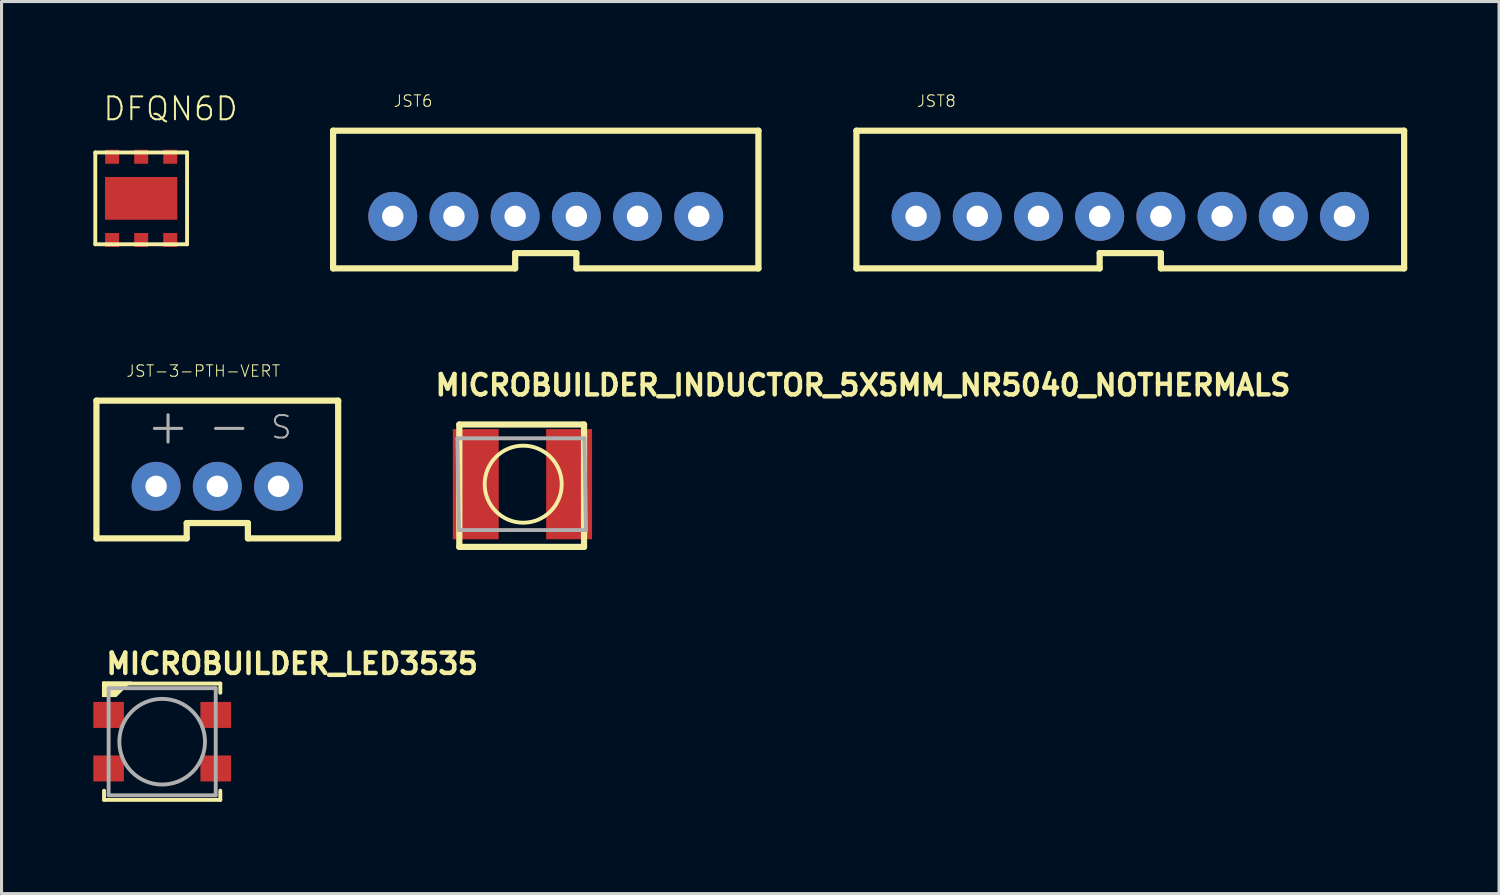
<source format=kicad_pcb>
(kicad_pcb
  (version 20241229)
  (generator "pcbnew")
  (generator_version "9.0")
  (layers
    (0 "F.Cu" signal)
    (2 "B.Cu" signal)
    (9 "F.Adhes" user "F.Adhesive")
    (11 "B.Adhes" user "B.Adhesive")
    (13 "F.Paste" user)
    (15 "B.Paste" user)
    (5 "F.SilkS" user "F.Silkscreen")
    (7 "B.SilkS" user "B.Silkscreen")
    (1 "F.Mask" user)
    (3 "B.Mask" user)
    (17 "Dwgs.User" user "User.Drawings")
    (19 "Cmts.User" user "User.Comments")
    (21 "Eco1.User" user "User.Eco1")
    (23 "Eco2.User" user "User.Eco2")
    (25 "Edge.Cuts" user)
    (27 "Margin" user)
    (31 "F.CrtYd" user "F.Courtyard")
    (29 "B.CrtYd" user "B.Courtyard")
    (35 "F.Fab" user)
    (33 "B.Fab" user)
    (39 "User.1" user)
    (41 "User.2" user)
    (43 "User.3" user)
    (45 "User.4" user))
  (footprint "MICROBUILDER_LED3535"
    (layer "F.Cu")
    (at 2.25 21.19)
    (property "Reference" "MICROBUILDER_LED3535" (at -1.905 -2.159 0) (layer "F.SilkS") (effects (font (size 0.666 0.666) (thickness 0.146)) (justify left bottom)))
    (fp_line (start -1.9 -1.9) (end 1.9 -1.9) (stroke (width 0.127) (type solid)) (layer "F.SilkS"))
    (fp_line (start -1.9 -1.6) (end -1.9 -1.9) (stroke (width 0.127) (type solid)) (layer "F.SilkS"))
    (fp_line (start -1.9 1.6) (end -1.9 1.9) (stroke (width 0.127) (type solid)) (layer "F.SilkS"))
    (fp_line (start -1.9 1.9) (end 1.9 1.9) (stroke (width 0.127) (type solid)) (layer "F.SilkS"))
    (fp_line (start 1.9 -1.9) (end 1.9 -1.6) (stroke (width 0.127) (type solid)) (layer "F.SilkS"))
    (fp_line (start 1.9 1.9) (end 1.9 1.6) (stroke (width 0.127) (type solid)) (layer "F.SilkS"))
    (fp_poly (pts (xy -1.498 -1.46) (xy -1.968 -1.46) (xy -1.968 -1.968) (xy -0.99 -1.968)) (stroke (width 0) (type solid)) (fill yes) (layer "F.SilkS"))
    (fp_line (start -1.75 -1.75) (end 1.75 -1.75) (stroke (width 0.127) (type solid)) (layer "F.Fab"))
    (fp_line (start -1.75 1.75) (end -1.75 -1.75) (stroke (width 0.127) (type solid)) (layer "F.Fab"))
    (fp_line (start 1.75 -1.75) (end 1.75 1.75) (stroke (width 0.127) (type solid)) (layer "F.Fab"))
    (fp_line (start 1.75 1.75) (end -1.75 1.75) (stroke (width 0.127) (type solid)) (layer "F.Fab"))
    (fp_circle (center 0 0) (end 1.4 0) (stroke (width 0.127) (type solid)) (fill no) (layer "F.Fab"))
    (pad "1" smd rect (at -1.75 -0.875 90) (size 0.85 1) (layers "F.Cu" "F.Mask" "F.Paste"))
    (pad "2" smd rect (at -1.75 0.875 90) (size 0.85 1) (layers "F.Cu" "F.Mask" "F.Paste"))
    (pad "3" smd rect (at 1.75 0.875 90) (size 0.85 1) (layers "F.Cu" "F.Mask" "F.Paste"))
    (pad "4" smd rect (at 1.75 -0.875 90) (size 0.85 1) (layers "F.Cu" "F.Mask" "F.Paste")))
  (footprint "JST6"
    (layer "F.Cu")
    (at 14.786 3.741)
    (property "Reference" "JST6" (at -5 -3.27 0) (layer "F.SilkS") (effects (font (size 0.374 0.374) (thickness 0.033)) (justify left bottom)))
    (fp_line (start -6.95 -2.52) (end 6.95 -2.52) (stroke (width 0.203) (type solid)) (layer "F.SilkS"))
    (fp_line (start -6.95 1.98) (end -6.95 -2.52) (stroke (width 0.203) (type solid)) (layer "F.SilkS"))
    (fp_line (start -1 1.48) (end -1 1.98) (stroke (width 0.203) (type solid)) (layer "F.SilkS"))
    (fp_line (start -1 1.48) (end 1 1.48) (stroke (width 0.203) (type solid)) (layer "F.SilkS"))
    (fp_line (start -1 1.98) (end -6.95 1.98) (stroke (width 0.203) (type solid)) (layer "F.SilkS"))
    (fp_line (start 1 1.48) (end 1 1.98) (stroke (width 0.203) (type solid)) (layer "F.SilkS"))
    (fp_line (start 6.95 -2.52) (end 6.95 1.98) (stroke (width 0.203) (type solid)) (layer "F.SilkS"))
    (fp_line (start 6.95 1.98) (end 1 1.98) (stroke (width 0.203) (type solid)) (layer "F.SilkS"))
    (pad "1" thru_hole circle (at -5 0.28) (size 1.6 1.6) (drill 0.7) (layers "*.Cu" "*.Mask"))
    (pad "2" thru_hole circle (at -3 0.28) (size 1.6 1.6) (drill 0.7) (layers "*.Cu" "*.Mask"))
    (pad "3" thru_hole circle (at -1 0.28) (size 1.6 1.6) (drill 0.7) (layers "*.Cu" "*.Mask"))
    (pad "4" thru_hole circle (at 1 0.28) (size 1.6 1.6) (drill 0.7) (layers "*.Cu" "*.Mask"))
    (pad "5" thru_hole circle (at 3 0.28) (size 1.6 1.6) (drill 0.7) (layers "*.Cu" "*.Mask"))
    (pad "6" thru_hole circle (at 5 0.28) (size 1.6 1.6) (drill 0.7) (layers "*.Cu" "*.Mask")))
  (footprint "JST8"
    (layer "F.Cu")
    (at 33.889 3.471)
    (property "Reference" "JST8" (at -7 -3 0) (layer "F.SilkS") (effects (font (size 0.374 0.374) (thickness 0.033)) (justify left bottom)))
    (fp_line (start -8.95 -2.25) (end 8.95 -2.25) (stroke (width 0.203) (type solid)) (layer "F.SilkS"))
    (fp_line (start -8.95 2.25) (end -8.95 -2.25) (stroke (width 0.203) (type solid)) (layer "F.SilkS"))
    (fp_line (start -1 1.75) (end -1 2.25) (stroke (width 0.203) (type solid)) (layer "F.SilkS"))
    (fp_line (start -1 1.75) (end 1 1.75) (stroke (width 0.203) (type solid)) (layer "F.SilkS"))
    (fp_line (start -1 2.25) (end -8.95 2.25) (stroke (width 0.203) (type solid)) (layer "F.SilkS"))
    (fp_line (start 1 1.75) (end 1 2.25) (stroke (width 0.203) (type solid)) (layer "F.SilkS"))
    (fp_line (start 8.95 -2.25) (end 8.95 2.25) (stroke (width 0.203) (type solid)) (layer "F.SilkS"))
    (fp_line (start 8.95 2.25) (end 1 2.25) (stroke (width 0.203) (type solid)) (layer "F.SilkS"))
    (pad "1" thru_hole circle (at -7 0.55) (size 1.6 1.6) (drill 0.7) (layers "*.Cu" "*.Mask"))
    (pad "2" thru_hole circle (at -5 0.55) (size 1.6 1.6) (drill 0.7) (layers "*.Cu" "*.Mask"))
    (pad "3" thru_hole circle (at -3 0.55) (size 1.6 1.6) (drill 0.7) (layers "*.Cu" "*.Mask"))
    (pad "4" thru_hole circle (at -1 0.55) (size 1.6 1.6) (drill 0.7) (layers "*.Cu" "*.Mask"))
    (pad "5" thru_hole circle (at 1 0.55) (size 1.6 1.6) (drill 0.7) (layers "*.Cu" "*.Mask"))
    (pad "6" thru_hole circle (at 3 0.55) (size 1.6 1.6) (drill 0.7) (layers "*.Cu" "*.Mask"))
    (pad "7" thru_hole circle (at 5 0.55) (size 1.6 1.6) (drill 0.7) (layers "*.Cu" "*.Mask"))
    (pad "8" thru_hole circle (at 7 0.55) (size 1.6 1.6) (drill 0.7) (layers "*.Cu" "*.Mask")))
  (footprint "MICROBUILDER_INDUCTOR_5X5MM_NR5040_NOTHERMALS"
    (layer "F.Cu")
    (at 14.049 12.774)
    (property "Reference" "MICROBUILDER_INDUCTOR_5X5MM_NR5040_NOTHERMALS" (at -2.946 -2.846 0) (layer "F.SilkS") (effects (font (size 0.666 0.666) (thickness 0.146)) (justify left bottom)))
    (fp_line (start -2.088 -1.95) (end 1.988 -1.95) (stroke (width 0.203) (type solid)) (layer "F.SilkS"))
    (fp_line (start -2.088 2.05) (end -2.088 -1.95) (stroke (width 0.203) (type solid)) (layer "F.SilkS"))
    (fp_line (start 1.988 -1.95) (end 1.988 2.05) (stroke (width 0.203) (type solid)) (layer "F.SilkS"))
    (fp_line (start 1.988 2.05) (end -2.088 2.05) (stroke (width 0.203) (type solid)) (layer "F.SilkS"))
    (fp_circle (center 0 0) (end 1.259 0) (stroke (width 0.127) (type solid)) (fill no) (layer "F.SilkS"))
    (fp_line (start -2.15 -1.5) (end 2 -1.5) (stroke (width 0.127) (type solid)) (layer "F.Fab"))
    (fp_line (start -2.1 1.5) (end -2.15 -1.5) (stroke (width 0.127) (type solid)) (layer "F.Fab"))
    (fp_line (start 2 -1.5) (end 2.05 1.5) (stroke (width 0.127) (type solid)) (layer "F.Fab"))
    (fp_line (start 2.05 1.5) (end -2.1 1.5) (stroke (width 0.127) (type solid)) (layer "F.Fab"))
    (pad "P$1" smd rect (at -1.55 0) (size 1.5 3.6) (layers "F.Cu" "F.Mask" "F.Paste"))
    (pad "P$2" smd rect (at 1.5 0) (size 1.5 3.6) (layers "F.Cu" "F.Mask" "F.Paste")))
  (footprint "DFQN6D"
    (layer "F.Cu")
    (at 1.544 3.483)
    (property "Reference" "DFQN6D" (at -1.27 -2.54 0) (layer "F.SilkS") (effects (font (size 0.748 0.748) (thickness 0.065)) (justify left bottom)))
    (fp_line (start -1.48 -1.55) (end 1.52 -1.55) (stroke (width 0.127) (type solid)) (layer "F.SilkS"))
    (fp_line (start -1.48 1.45) (end -1.48 -1.55) (stroke (width 0.127) (type solid)) (layer "F.SilkS"))
    (fp_line (start 1.52 -1.55) (end 1.52 1.45) (stroke (width 0.127) (type solid)) (layer "F.SilkS"))
    (fp_line (start 1.52 1.45) (end -1.48 1.45) (stroke (width 0.127) (type solid)) (layer "F.SilkS"))
    (pad "1" smd rect (at -0.93 1.31 90) (size 0.457 0.457) (layers "F.Cu" "F.Mask" "F.Paste"))
    (pad "2" smd rect (at 0.02 1.31 90) (size 0.457 0.457) (layers "F.Cu" "F.Mask" "F.Paste"))
    (pad "3" smd rect (at 0.97 1.31 90) (size 0.457 0.457) (layers "F.Cu" "F.Mask" "F.Paste"))
    (pad "4" smd rect (at 0.97 -1.41 90) (size 0.457 0.457) (layers "F.Cu" "F.Mask" "F.Paste"))
    (pad "5" smd rect (at 0.02 -1.41 90) (size 0.457 0.457) (layers "F.Cu" "F.Mask" "F.Paste"))
    (pad "6" smd rect (at -0.93 -1.41 90) (size 0.457 0.457) (layers "F.Cu" "F.Mask" "F.Paste"))
    (pad "GND" smd rect (at 0.02 -0.05) (size 2.362 1.397) (layers "F.Cu" "F.Mask" "F.Paste")))
  (footprint "JST-3-PTH-VERT"
    (layer "F.Cu")
    (at 4.052 12.294)
    (property "Reference" "JST-3-PTH-VERT" (at -3 -3 0) (layer "F.SilkS") (effects (font (size 0.374 0.374) (thickness 0.033)) (justify left bottom)))
    (fp_line (start -3.95 -2.25) (end 3.95 -2.25) (stroke (width 0.203) (type solid)) (layer "F.SilkS"))
    (fp_line (start -3.95 2.25) (end -3.95 -2.25) (stroke (width 0.203) (type solid)) (layer "F.SilkS"))
    (fp_line (start -1 1.75) (end -1 2.25) (stroke (width 0.203) (type solid)) (layer "F.SilkS"))
    (fp_line (start -1 1.75) (end 1 1.75) (stroke (width 0.203) (type solid)) (layer "F.SilkS"))
    (fp_line (start -1 2.25) (end -3.95 2.25) (stroke (width 0.203) (type solid)) (layer "F.SilkS"))
    (fp_line (start 1 1.75) (end 1 2.25) (stroke (width 0.203) (type solid)) (layer "F.SilkS"))
    (fp_line (start 3.95 -2.25) (end 3.95 2.25) (stroke (width 0.203) (type solid)) (layer "F.SilkS"))
    (fp_line (start 3.95 2.25) (end 1 2.25) (stroke (width 0.203) (type solid)) (layer "F.SilkS"))
    (fp_text user "+" (at -2.4 -0.75 0) (layer "F.Fab") (effects (font (size 1.168 1.168) (thickness 0.102)) (justify left bottom)))
    (fp_text user "-" (at -0.4 -0.75 0) (layer "F.Fab") (effects (font (size 1.168 1.168) (thickness 0.102)) (justify left bottom)))
    (fp_text user "S" (at 1.7 -0.95 0) (layer "F.Fab") (effects (font (size 0.736 0.736) (thickness 0.064)) (justify left bottom)))
    (pad "1" thru_hole circle (at -2 0.55) (size 1.6 1.6) (drill 0.7) (layers "*.Cu" "*.Mask"))
    (pad "2" thru_hole circle (at 0 0.55) (size 1.6 1.6) (drill 0.7) (layers "*.Cu" "*.Mask"))
    (pad "3" thru_hole circle (at 2 0.55) (size 1.6 1.6) (drill 0.7) (layers "*.Cu" "*.Mask")))
  (gr_rect
    (start -3 -3)
    (end 45.941 26.154)
    (stroke (width 0.1) (type default))
    (fill no)
    (layer "Edge.Cuts")))
</source>
